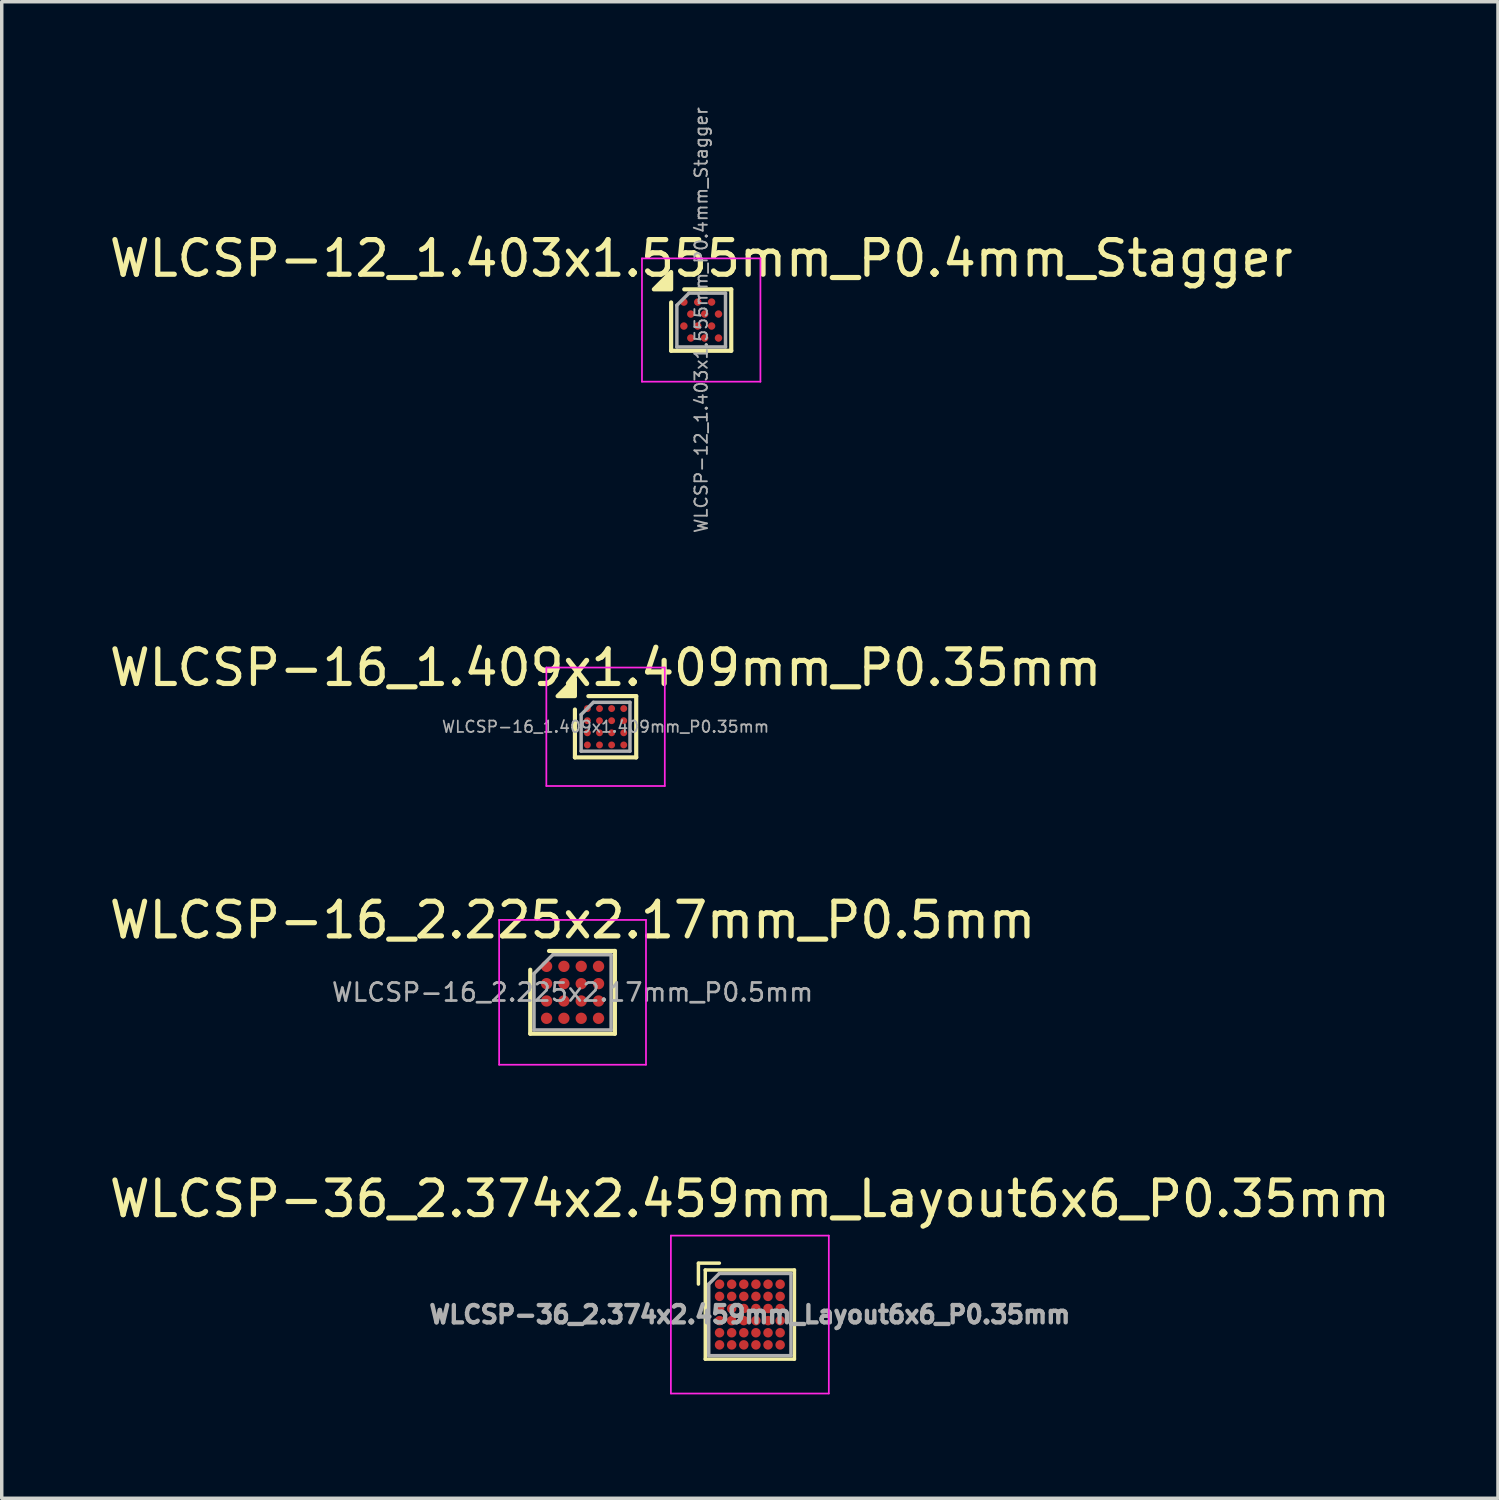
<source format=kicad_pcb>
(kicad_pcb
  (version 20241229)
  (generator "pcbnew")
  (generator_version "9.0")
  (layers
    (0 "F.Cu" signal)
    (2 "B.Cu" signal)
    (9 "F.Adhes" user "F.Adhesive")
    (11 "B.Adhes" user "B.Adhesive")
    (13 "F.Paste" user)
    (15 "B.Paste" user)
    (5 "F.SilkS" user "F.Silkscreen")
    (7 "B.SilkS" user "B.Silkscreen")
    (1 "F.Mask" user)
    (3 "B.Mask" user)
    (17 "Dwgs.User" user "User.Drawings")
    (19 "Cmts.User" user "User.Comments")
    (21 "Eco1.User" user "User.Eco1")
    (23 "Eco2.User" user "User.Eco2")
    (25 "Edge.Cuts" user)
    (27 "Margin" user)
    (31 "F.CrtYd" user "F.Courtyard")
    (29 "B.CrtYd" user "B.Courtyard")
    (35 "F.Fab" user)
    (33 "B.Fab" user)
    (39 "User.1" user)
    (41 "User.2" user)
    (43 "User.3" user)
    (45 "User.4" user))
  (footprint "WLCSP-12_1.403x1.555mm_P0.4mm_Stagger"
    (layer "F.Cu")
    (at 17.196 6.191)
    (property "Reference" "WLCSP-12_1.403x1.555mm_P0.4mm_Stagger" (at 0 -1.778 0) (layer "F.SilkS") (effects (font (size 1 1) (thickness 0.15))))
    (attr smd)
    (fp_line (start -0.868 0.887) (end -0.868 -0.509) (stroke (width 0.12) (type solid)) (layer "F.SilkS"))
    (fp_line (start -0.489 -0.887) (end 0.868 -0.887) (stroke (width 0.12) (type solid)) (layer "F.SilkS"))
    (fp_line (start 0.868 -0.887) (end 0.868 0.887) (stroke (width 0.12) (type solid)) (layer "F.SilkS"))
    (fp_line (start 0.868 0.887) (end -0.868 0.887) (stroke (width 0.12) (type solid)) (layer "F.SilkS"))
    (fp_poly (pts (xy -0.868 -0.887) (xy -1.367 -0.887) (xy -0.868 -1.387) (xy -0.868 -0.887)) (stroke (width 0.12) (type solid)) (fill yes) (layer "F.SilkS"))
    (fp_line (start -1.71 -1.78) (end -1.71 1.78) (stroke (width 0.05) (type solid)) (layer "F.CrtYd"))
    (fp_line (start -1.71 1.78) (end 1.71 1.78) (stroke (width 0.05) (type solid)) (layer "F.CrtYd"))
    (fp_line (start 1.71 -1.78) (end -1.71 -1.78) (stroke (width 0.05) (type solid)) (layer "F.CrtYd"))
    (fp_line (start 1.71 1.78) (end 1.71 -1.78) (stroke (width 0.05) (type solid)) (layer "F.CrtYd"))
    (fp_line (start -0.702 -0.427) (end -0.351 -0.777) (stroke (width 0.1) (type solid)) (layer "F.Fab"))
    (fp_line (start -0.702 0.777) (end -0.702 -0.427) (stroke (width 0.1) (type solid)) (layer "F.Fab"))
    (fp_line (start -0.351 -0.777) (end 0.702 -0.777) (stroke (width 0.1) (type solid)) (layer "F.Fab"))
    (fp_line (start 0.702 -0.777) (end 0.702 0.777) (stroke (width 0.1) (type solid)) (layer "F.Fab"))
    (fp_line (start 0.702 0.777) (end -0.702 0.777) (stroke (width 0.1) (type solid)) (layer "F.Fab"))
    (fp_text user "${REFERENCE}" (at 0 0 270) (layer "F.Fab") (effects (font (size 0.36 0.36) (thickness 0.054))))
    (pad "A1" smd circle (at -0.5 -0.519) (size 0.215 0.215) (property pad_prop_bga) (layers "F.Cu" "F.Mask" "F.Paste"))
    (pad "A3" smd circle (at -0.1 -0.519) (size 0.215 0.215) (property pad_prop_bga) (layers "F.Cu" "F.Mask" "F.Paste"))
    (pad "A5" smd circle (at 0.3 -0.519) (size 0.215 0.215) (property pad_prop_bga) (layers "F.Cu" "F.Mask" "F.Paste"))
    (pad "B2" smd circle (at -0.3 -0.173) (size 0.215 0.215) (property pad_prop_bga) (layers "F.Cu" "F.Mask" "F.Paste"))
    (pad "B4" smd circle (at 0.1 -0.173) (size 0.215 0.215) (property pad_prop_bga) (layers "F.Cu" "F.Mask" "F.Paste"))
    (pad "B6" smd circle (at 0.5 -0.173) (size 0.215 0.215) (property pad_prop_bga) (layers "F.Cu" "F.Mask" "F.Paste"))
    (pad "C1" smd circle (at -0.5 0.173) (size 0.215 0.215) (property pad_prop_bga) (layers "F.Cu" "F.Mask" "F.Paste"))
    (pad "C3" smd circle (at -0.1 0.173) (size 0.215 0.215) (property pad_prop_bga) (layers "F.Cu" "F.Mask" "F.Paste"))
    (pad "C5" smd circle (at 0.3 0.173) (size 0.215 0.215) (property pad_prop_bga) (layers "F.Cu" "F.Mask" "F.Paste"))
    (pad "D2" smd circle (at -0.3 0.519) (size 0.215 0.215) (property pad_prop_bga) (layers "F.Cu" "F.Mask" "F.Paste"))
    (pad "D4" smd circle (at 0.1 0.519) (size 0.215 0.215) (property pad_prop_bga) (layers "F.Cu" "F.Mask" "F.Paste"))
    (pad "D6" smd circle (at 0.5 0.519) (size 0.215 0.215) (property pad_prop_bga) (layers "F.Cu" "F.Mask" "F.Paste")))
  (footprint "WLCSP-16_2.225x2.17mm_P0.5mm"
    (layer "F.Cu")
    (at 13.482 25.602)
    (property "Reference" "WLCSP-16_2.225x2.17mm_P0.5mm" (at 0 -2.085 0) (layer "F.SilkS") (effects (font (size 1 1) (thickness 0.15))))
    (attr smd)
    (fp_line (start -1.222 1.195) (end -1.222 -0.652) (stroke (width 0.12) (type solid)) (layer "F.SilkS"))
    (fp_line (start -0.68 -1.195) (end 1.222 -1.195) (stroke (width 0.12) (type solid)) (layer "F.SilkS"))
    (fp_line (start 1.222 -1.195) (end 1.222 1.195) (stroke (width 0.12) (type solid)) (layer "F.SilkS"))
    (fp_line (start 1.222 1.195) (end -1.222 1.195) (stroke (width 0.12) (type solid)) (layer "F.SilkS"))
    (fp_line (start -2.12 -2.09) (end -2.12 2.09) (stroke (width 0.05) (type solid)) (layer "F.CrtYd"))
    (fp_line (start -2.12 2.09) (end 2.12 2.09) (stroke (width 0.05) (type solid)) (layer "F.CrtYd"))
    (fp_line (start 2.12 -2.09) (end -2.12 -2.09) (stroke (width 0.05) (type solid)) (layer "F.CrtYd"))
    (fp_line (start 2.12 2.09) (end 2.12 -2.09) (stroke (width 0.05) (type solid)) (layer "F.CrtYd"))
    (fp_line (start -1.113 -0.542) (end -0.57 -1.085) (stroke (width 0.1) (type solid)) (layer "F.Fab"))
    (fp_line (start -1.113 1.085) (end -1.113 -0.542) (stroke (width 0.1) (type solid)) (layer "F.Fab"))
    (fp_line (start -0.57 -1.085) (end 1.113 -1.085) (stroke (width 0.1) (type solid)) (layer "F.Fab"))
    (fp_line (start 1.113 -1.085) (end 1.113 1.085) (stroke (width 0.1) (type solid)) (layer "F.Fab"))
    (fp_line (start 1.113 1.085) (end -1.113 1.085) (stroke (width 0.1) (type solid)) (layer "F.Fab"))
    (fp_text user "${REFERENCE}" (at 0 0 0) (layer "F.Fab") (effects (font (size 0.52 0.52) (thickness 0.078))))
    (pad "A1" smd circle (at -0.75 -0.75) (size 0.327 0.327) (layers "F.Cu" "F.Mask" "F.Paste"))
    (pad "A2" smd circle (at -0.25 -0.75) (size 0.327 0.327) (layers "F.Cu" "F.Mask" "F.Paste"))
    (pad "A3" smd circle (at 0.25 -0.75) (size 0.327 0.327) (layers "F.Cu" "F.Mask" "F.Paste"))
    (pad "A4" smd circle (at 0.75 -0.75) (size 0.327 0.327) (layers "F.Cu" "F.Mask" "F.Paste"))
    (pad "B1" smd circle (at -0.75 -0.25) (size 0.327 0.327) (layers "F.Cu" "F.Mask" "F.Paste"))
    (pad "B2" smd circle (at -0.25 -0.25) (size 0.327 0.327) (layers "F.Cu" "F.Mask" "F.Paste"))
    (pad "B3" smd circle (at 0.25 -0.25) (size 0.327 0.327) (layers "F.Cu" "F.Mask" "F.Paste"))
    (pad "B4" smd circle (at 0.75 -0.25) (size 0.327 0.327) (layers "F.Cu" "F.Mask" "F.Paste"))
    (pad "C1" smd circle (at -0.75 0.25) (size 0.327 0.327) (layers "F.Cu" "F.Mask" "F.Paste"))
    (pad "C2" smd circle (at -0.25 0.25) (size 0.327 0.327) (layers "F.Cu" "F.Mask" "F.Paste"))
    (pad "C3" smd circle (at 0.25 0.25) (size 0.327 0.327) (layers "F.Cu" "F.Mask" "F.Paste"))
    (pad "C4" smd circle (at 0.75 0.25) (size 0.327 0.327) (layers "F.Cu" "F.Mask" "F.Paste"))
    (pad "D1" smd circle (at -0.75 0.75) (size 0.327 0.327) (layers "F.Cu" "F.Mask" "F.Paste"))
    (pad "D2" smd circle (at -0.25 0.75) (size 0.327 0.327) (layers "F.Cu" "F.Mask" "F.Paste"))
    (pad "D3" smd circle (at 0.25 0.75) (size 0.327 0.327) (layers "F.Cu" "F.Mask" "F.Paste"))
    (pad "D4" smd circle (at 0.75 0.75) (size 0.327 0.327) (layers "F.Cu" "F.Mask" "F.Paste")))
  (footprint "WLCSP-36_2.374x2.459mm_Layout6x6_P0.35mm"
    (layer "F.Cu")
    (at 18.601 34.906)
    (property "Reference" "WLCSP-36_2.374x2.459mm_Layout6x6_P0.35mm" (at 0 -3.34 0) (layer "F.SilkS") (effects (font (size 1 1) (thickness 0.15))))
    (attr smd)
    (fp_line (start -1.485 -1.48) (end -1.485 -0.88) (stroke (width 0.1) (type solid)) (layer "F.SilkS"))
    (fp_line (start -1.287 -1.287) (end 1.287 -1.287) (stroke (width 0.1) (type solid)) (layer "F.SilkS"))
    (fp_line (start -1.287 1.287) (end -1.287 -1.287) (stroke (width 0.1) (type solid)) (layer "F.SilkS"))
    (fp_line (start -1.287 1.287) (end 1.287 1.287) (stroke (width 0.1) (type solid)) (layer "F.SilkS"))
    (fp_line (start -0.88 -1.485) (end -1.485 -1.485) (stroke (width 0.1) (type solid)) (layer "F.SilkS"))
    (fp_line (start 1.287 1.287) (end 1.287 -1.287) (stroke (width 0.1) (type solid)) (layer "F.SilkS"))
    (fp_line (start -2.28 -2.28) (end 2.28 -2.28) (stroke (width 0.05) (type solid)) (layer "F.CrtYd"))
    (fp_line (start -2.28 2.28) (end -2.28 -2.28) (stroke (width 0.05) (type solid)) (layer "F.CrtYd"))
    (fp_line (start -2.28 2.28) (end 2.28 2.28) (stroke (width 0.05) (type solid)) (layer "F.CrtYd"))
    (fp_line (start 2.28 2.28) (end 2.28 -2.28) (stroke (width 0.05) (type solid)) (layer "F.CrtYd"))
    (fp_line (start -1.187 -0.88) (end -0.88 -1.187) (stroke (width 0.1) (type solid)) (layer "F.Fab"))
    (fp_line (start -1.187 1.187) (end -1.187 -0.88) (stroke (width 0.1) (type solid)) (layer "F.Fab"))
    (fp_line (start -1.187 1.187) (end 1.187 1.187) (stroke (width 0.1) (type solid)) (layer "F.Fab"))
    (fp_line (start -0.88 -1.187) (end 1.187 -1.187) (stroke (width 0.1) (type solid)) (layer "F.Fab"))
    (fp_line (start 1.187 1.187) (end 1.187 -1.187) (stroke (width 0.1) (type solid)) (layer "F.Fab"))
    (fp_text user "${REFERENCE}" (at 0 0 0) (layer "F.Fab") (effects (font (size 0.5 0.5) (thickness 0.125))))
    (pad "A1" smd circle (at -0.875 -0.875) (size 0.274 0.274) (layers "F.Cu" "F.Mask" "F.Paste"))
    (pad "A2" smd circle (at -0.525 -0.875) (size 0.274 0.274) (layers "F.Cu" "F.Mask" "F.Paste"))
    (pad "A3" smd circle (at -0.175 -0.875) (size 0.274 0.274) (layers "F.Cu" "F.Mask" "F.Paste"))
    (pad "A4" smd circle (at 0.175 -0.875) (size 0.274 0.274) (layers "F.Cu" "F.Mask" "F.Paste"))
    (pad "A5" smd circle (at 0.525 -0.875) (size 0.274 0.274) (layers "F.Cu" "F.Mask" "F.Paste"))
    (pad "A6" smd circle (at 0.875 -0.875) (size 0.274 0.274) (layers "F.Cu" "F.Mask" "F.Paste"))
    (pad "B1" smd circle (at -0.875 -0.525) (size 0.274 0.274) (layers "F.Cu" "F.Mask" "F.Paste"))
    (pad "B2" smd circle (at -0.525 -0.525) (size 0.274 0.274) (layers "F.Cu" "F.Mask" "F.Paste"))
    (pad "B3" smd circle (at -0.175 -0.525) (size 0.274 0.274) (layers "F.Cu" "F.Mask" "F.Paste"))
    (pad "B4" smd circle (at 0.175 -0.525) (size 0.274 0.274) (layers "F.Cu" "F.Mask" "F.Paste"))
    (pad "B5" smd circle (at 0.525 -0.525) (size 0.274 0.274) (layers "F.Cu" "F.Mask" "F.Paste"))
    (pad "B6" smd circle (at 0.875 -0.525) (size 0.274 0.274) (layers "F.Cu" "F.Mask" "F.Paste"))
    (pad "C1" smd circle (at -0.875 -0.175) (size 0.274 0.274) (layers "F.Cu" "F.Mask" "F.Paste"))
    (pad "C2" smd circle (at -0.525 -0.175) (size 0.274 0.274) (layers "F.Cu" "F.Mask" "F.Paste"))
    (pad "C3" smd circle (at -0.175 -0.175) (size 0.274 0.274) (layers "F.Cu" "F.Mask" "F.Paste"))
    (pad "C4" smd circle (at 0.175 -0.175) (size 0.274 0.274) (layers "F.Cu" "F.Mask" "F.Paste"))
    (pad "C5" smd circle (at 0.525 -0.175) (size 0.274 0.274) (layers "F.Cu" "F.Mask" "F.Paste"))
    (pad "C6" smd circle (at 0.875 -0.175) (size 0.274 0.274) (layers "F.Cu" "F.Mask" "F.Paste"))
    (pad "D1" smd circle (at -0.875 0.175) (size 0.274 0.274) (layers "F.Cu" "F.Mask" "F.Paste"))
    (pad "D2" smd circle (at -0.525 0.175) (size 0.274 0.274) (layers "F.Cu" "F.Mask" "F.Paste"))
    (pad "D3" smd circle (at -0.175 0.175) (size 0.274 0.274) (layers "F.Cu" "F.Mask" "F.Paste"))
    (pad "D4" smd circle (at 0.175 0.175) (size 0.274 0.274) (layers "F.Cu" "F.Mask" "F.Paste"))
    (pad "D5" smd circle (at 0.525 0.175) (size 0.274 0.274) (layers "F.Cu" "F.Mask" "F.Paste"))
    (pad "D6" smd circle (at 0.875 0.175) (size 0.274 0.274) (layers "F.Cu" "F.Mask" "F.Paste"))
    (pad "E1" smd circle (at -0.875 0.525) (size 0.274 0.274) (layers "F.Cu" "F.Mask" "F.Paste"))
    (pad "E2" smd circle (at -0.525 0.525) (size 0.274 0.274) (layers "F.Cu" "F.Mask" "F.Paste"))
    (pad "E3" smd circle (at -0.175 0.525) (size 0.274 0.274) (layers "F.Cu" "F.Mask" "F.Paste"))
    (pad "E4" smd circle (at 0.175 0.525) (size 0.274 0.274) (layers "F.Cu" "F.Mask" "F.Paste"))
    (pad "E5" smd circle (at 0.525 0.525) (size 0.274 0.274) (layers "F.Cu" "F.Mask" "F.Paste"))
    (pad "E6" smd circle (at 0.875 0.525) (size 0.274 0.274) (layers "F.Cu" "F.Mask" "F.Paste"))
    (pad "F1" smd circle (at -0.875 0.875) (size 0.274 0.274) (layers "F.Cu" "F.Mask" "F.Paste"))
    (pad "F2" smd circle (at -0.525 0.875) (size 0.274 0.274) (layers "F.Cu" "F.Mask" "F.Paste"))
    (pad "F3" smd circle (at -0.175 0.875) (size 0.274 0.274) (layers "F.Cu" "F.Mask" "F.Paste"))
    (pad "F4" smd circle (at 0.175 0.875) (size 0.274 0.274) (layers "F.Cu" "F.Mask" "F.Paste"))
    (pad "F5" smd circle (at 0.525 0.875) (size 0.274 0.274) (layers "F.Cu" "F.Mask" "F.Paste"))
    (pad "F6" smd circle (at 0.875 0.875) (size 0.274 0.274) (layers "F.Cu" "F.Mask" "F.Paste")))
  (footprint "WLCSP-16_1.409x1.409mm_P0.35mm"
    (layer "F.Cu")
    (at 14.435 17.934)
    (property "Reference" "WLCSP-16_1.409x1.409mm_P0.35mm" (at 0 -1.704 0) (layer "F.SilkS") (effects (font (size 1 1) (thickness 0.15))))
    (attr smd)
    (fp_line (start -0.885 0.885) (end -0.885 -0.497) (stroke (width 0.12) (type solid)) (layer "F.SilkS"))
    (fp_line (start -0.497 -0.885) (end 0.885 -0.885) (stroke (width 0.12) (type solid)) (layer "F.SilkS"))
    (fp_line (start 0.885 -0.885) (end 0.885 0.885) (stroke (width 0.12) (type solid)) (layer "F.SilkS"))
    (fp_line (start 0.885 0.885) (end -0.885 0.885) (stroke (width 0.12) (type solid)) (layer "F.SilkS"))
    (fp_poly (pts (xy -0.885 -0.885) (xy -1.385 -0.885) (xy -0.885 -1.385) (xy -0.885 -0.885)) (stroke (width 0.12) (type solid)) (fill yes) (layer "F.SilkS"))
    (fp_line (start -1.71 -1.71) (end -1.71 1.71) (stroke (width 0.05) (type solid)) (layer "F.CrtYd"))
    (fp_line (start -1.71 1.71) (end 1.71 1.71) (stroke (width 0.05) (type solid)) (layer "F.CrtYd"))
    (fp_line (start 1.71 -1.71) (end -1.71 -1.71) (stroke (width 0.05) (type solid)) (layer "F.CrtYd"))
    (fp_line (start 1.71 1.71) (end 1.71 -1.71) (stroke (width 0.05) (type solid)) (layer "F.CrtYd"))
    (fp_line (start -0.705 -0.352) (end -0.352 -0.705) (stroke (width 0.1) (type solid)) (layer "F.Fab"))
    (fp_line (start -0.705 0.705) (end -0.705 -0.352) (stroke (width 0.1) (type solid)) (layer "F.Fab"))
    (fp_line (start -0.352 -0.705) (end 0.705 -0.705) (stroke (width 0.1) (type solid)) (layer "F.Fab"))
    (fp_line (start 0.705 -0.705) (end 0.705 0.705) (stroke (width 0.1) (type solid)) (layer "F.Fab"))
    (fp_line (start 0.705 0.705) (end -0.705 0.705) (stroke (width 0.1) (type solid)) (layer "F.Fab"))
    (fp_text user "${REFERENCE}" (at 0 0 0) (layer "F.Fab") (effects (font (size 0.33 0.33) (thickness 0.05))))
    (pad "A1" smd circle (at -0.525 -0.525) (size 0.2 0.2) (property pad_prop_bga) (layers "F.Cu" "F.Mask" "F.Paste"))
    (pad "A2" smd circle (at -0.175 -0.525) (size 0.2 0.2) (property pad_prop_bga) (layers "F.Cu" "F.Mask" "F.Paste"))
    (pad "A3" smd circle (at 0.175 -0.525) (size 0.2 0.2) (property pad_prop_bga) (layers "F.Cu" "F.Mask" "F.Paste"))
    (pad "A4" smd circle (at 0.525 -0.525) (size 0.2 0.2) (property pad_prop_bga) (layers "F.Cu" "F.Mask" "F.Paste"))
    (pad "B1" smd circle (at -0.525 -0.175) (size 0.2 0.2) (property pad_prop_bga) (layers "F.Cu" "F.Mask" "F.Paste"))
    (pad "B2" smd circle (at -0.175 -0.175) (size 0.2 0.2) (property pad_prop_bga) (layers "F.Cu" "F.Mask" "F.Paste"))
    (pad "B3" smd circle (at 0.175 -0.175) (size 0.2 0.2) (property pad_prop_bga) (layers "F.Cu" "F.Mask" "F.Paste"))
    (pad "B4" smd circle (at 0.525 -0.175) (size 0.2 0.2) (property pad_prop_bga) (layers "F.Cu" "F.Mask" "F.Paste"))
    (pad "C1" smd circle (at -0.525 0.175) (size 0.2 0.2) (property pad_prop_bga) (layers "F.Cu" "F.Mask" "F.Paste"))
    (pad "C2" smd circle (at -0.175 0.175) (size 0.2 0.2) (property pad_prop_bga) (layers "F.Cu" "F.Mask" "F.Paste"))
    (pad "C3" smd circle (at 0.175 0.175) (size 0.2 0.2) (property pad_prop_bga) (layers "F.Cu" "F.Mask" "F.Paste"))
    (pad "C4" smd circle (at 0.525 0.175) (size 0.2 0.2) (property pad_prop_bga) (layers "F.Cu" "F.Mask" "F.Paste"))
    (pad "D1" smd circle (at -0.525 0.525) (size 0.2 0.2) (property pad_prop_bga) (layers "F.Cu" "F.Mask" "F.Paste"))
    (pad "D2" smd circle (at -0.175 0.525) (size 0.2 0.2) (property pad_prop_bga) (layers "F.Cu" "F.Mask" "F.Paste"))
    (pad "D3" smd circle (at 0.175 0.525) (size 0.2 0.2) (property pad_prop_bga) (layers "F.Cu" "F.Mask" "F.Paste"))
    (pad "D4" smd circle (at 0.525 0.525) (size 0.2 0.2) (property pad_prop_bga) (layers "F.Cu" "F.Mask" "F.Paste")))
  (gr_rect
    (start -3 -3)
    (end 40.202 40.211)
    (stroke (width 0.1) (type default))
    (fill no)
    (layer "Edge.Cuts")))
</source>
